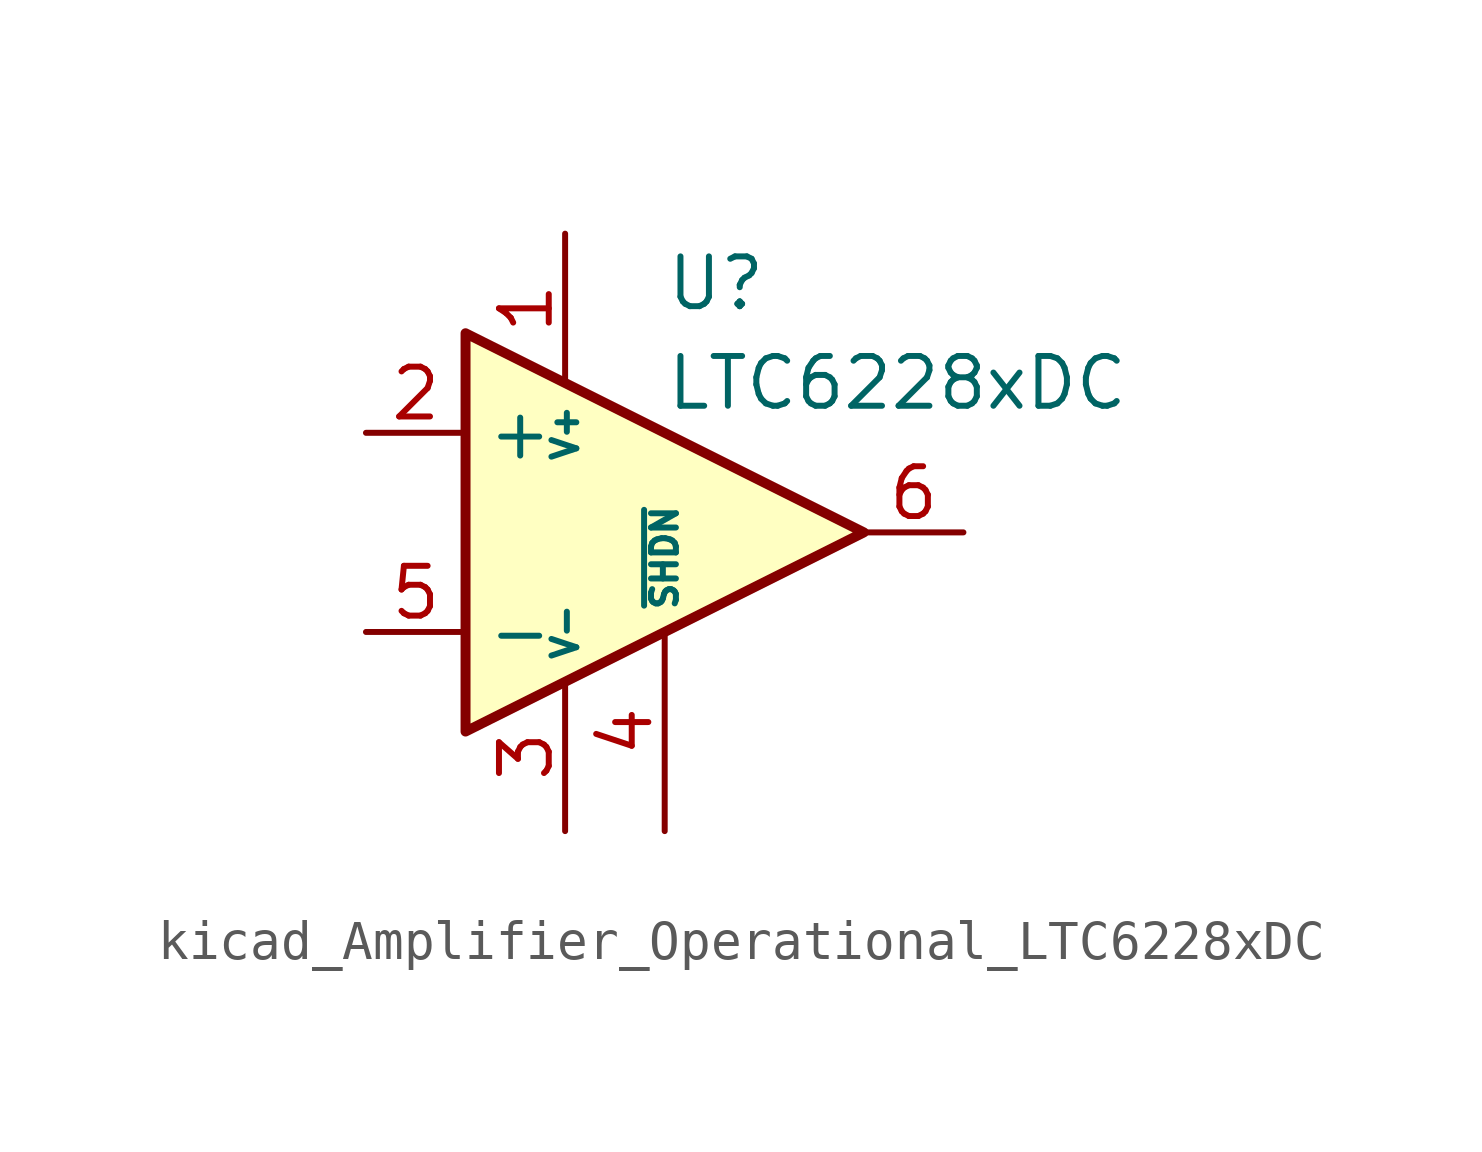
<source format=kicad_sym>
(kicad_symbol_lib
  (version 20220914)
  (generator kicad_symbol_editor)
  (symbol "kicad_Amplifier_Operational_LTC6228xDC"
    (property "Reference" "U"
      (at 0 6.35 0)
      (effects (font (size 1.27 1.27)) (justify left)))
    (property "Value" "LTC6228xDC"
      (at 0 3.81 0)
      (effects (font (size 1.27 1.27)) (justify left)))
    (symbol "kicad_Amplifier_Operational_LTC6228xDC_0_1"
      (polyline (pts (xy 5.08 0) (xy -5.08 5.08) (xy -5.08 -5.08) (xy 5.08 0)) (stroke (width 0.254) (type default)) (fill (type background))))
    (symbol "kicad_Amplifier_Operational_LTC6228xDC_1_1"
      (pin power_in line (at -2.54 7.62 270) (length 3.81) (name "V+" (effects (font (size 0.635 0.635)))) (number "1" (effects (font (size 1.27 1.27)))))
      (pin input line (at -7.62 2.54 0) (length 2.54) (name "+" (effects (font (size 1.27 1.27)))) (number "2" (effects (font (size 1.27 1.27)))))
      (pin power_in line (at -2.54 -7.62 90) (length 3.81) (name "V-" (effects (font (size 0.635 0.635)))) (number "3" (effects (font (size 1.27 1.27)))))
      (pin input line (at 0 -7.62 90) (length 5.08) (name "~{SHDN}" (effects (font (size 0.635 0.635)))) (number "4" (effects (font (size 1.27 1.27)))))
      (pin input line (at -7.62 -2.54 0) (length 2.54) (name "-" (effects (font (size 1.27 1.27)))) (number "5" (effects (font (size 1.27 1.27)))))
      (pin output line (at 7.62 0 180) (length 2.54) (name "~" (effects (font (size 1.27 1.27)))) (number "6" (effects (font (size 1.27 1.27)))))
      (pin passive line (at -2.54 -7.62 90) (length 3.81) hide (name "V-" (effects (font (size 0.635 0.635)))) (number "7" (effects (font (size 1.27 1.27))))))))
</source>
